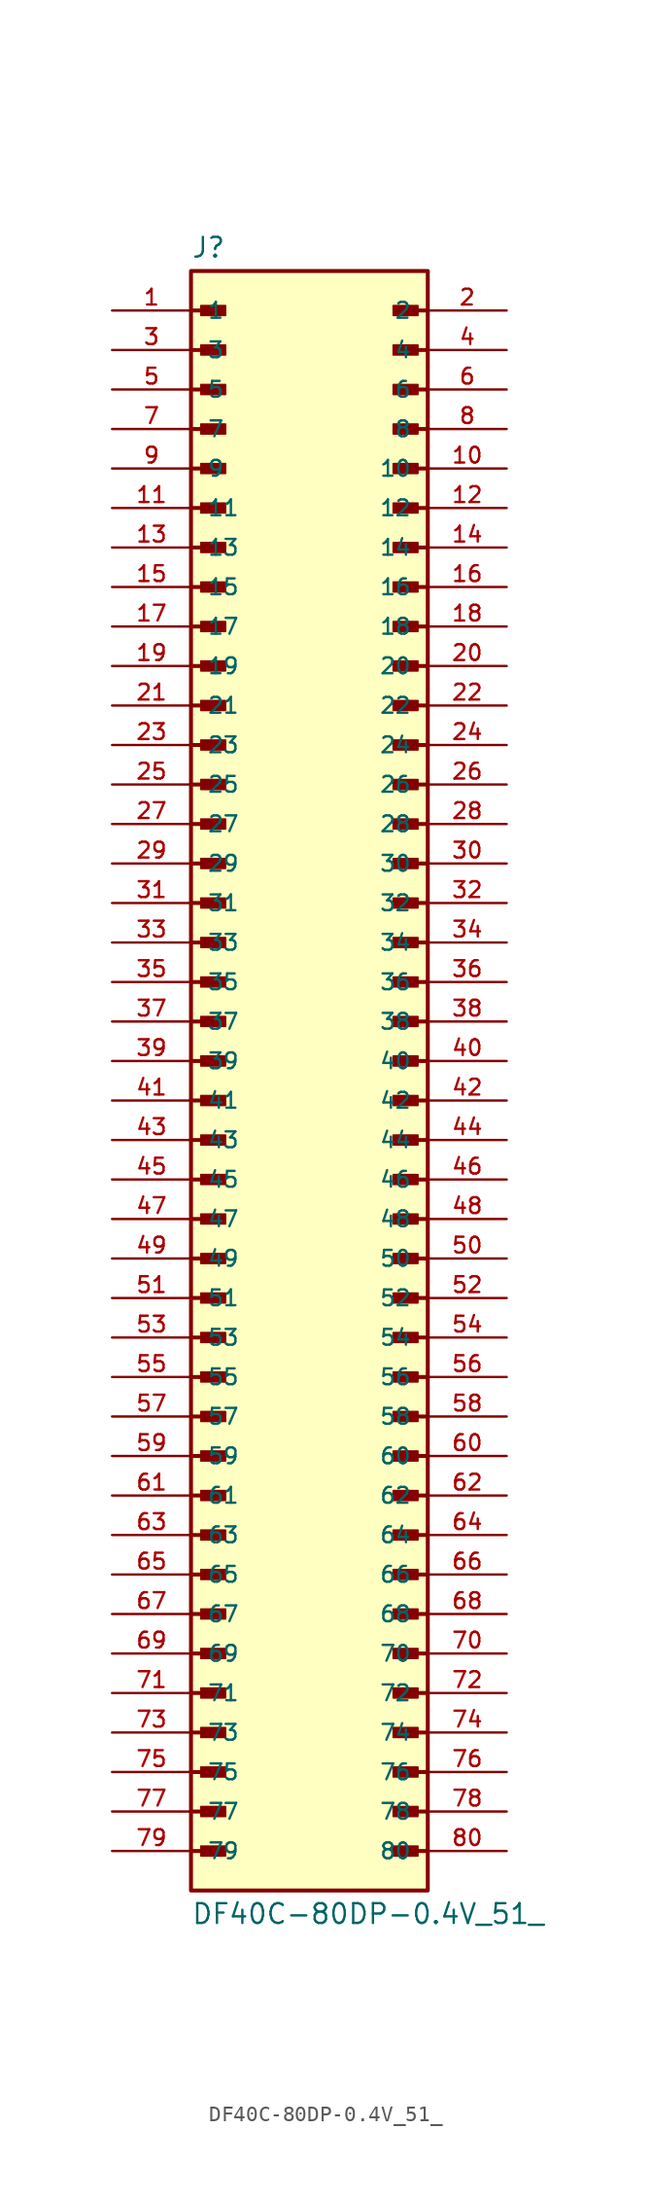
<source format=kicad_sym>
(kicad_symbol_lib
  (version 20211014)
  (generator kicad_symbol_editor)
  (symbol "DF40C-80DP-0.4V_51_"
    (pin_names
      (offset 1.016))
    (property "Reference" "J"
      (at -7.62 51.562 0)
      (effects (font (size 1.27 1.27)) (justify bottom left)))
    (property "Value" "DF40C-80DP-0.4V_51_"
      (at -7.62 -54.102 0)
      (effects (font (size 1.27 1.27)) (justify top left)))
    (symbol "DF40C-80DP-0.4V_51__0_0"
      (polyline (pts (xy -7.62 48.26) (xy -5.715 48.26)) (stroke (width 0.254)))
      (rectangle (start -6.985 47.943) (end -5.397 48.578) (stroke (width 0.1)) (fill (type outline)))
      (polyline (pts (xy -7.62 45.72) (xy -5.715 45.72)) (stroke (width 0.254)))
      (rectangle (start -6.985 45.403) (end -5.397 46.038) (stroke (width 0.1)) (fill (type outline)))
      (polyline (pts (xy -7.62 43.18) (xy -5.715 43.18)) (stroke (width 0.254)))
      (rectangle (start -6.985 42.862) (end -5.397 43.498) (stroke (width 0.1)) (fill (type outline)))
      (polyline (pts (xy -7.62 40.64) (xy -5.715 40.64)) (stroke (width 0.254)))
      (rectangle (start -6.985 40.322) (end -5.397 40.958) (stroke (width 0.1)) (fill (type outline)))
      (polyline (pts (xy -7.62 38.1) (xy -5.715 38.1)) (stroke (width 0.254)))
      (rectangle (start -6.985 37.782) (end -5.397 38.417) (stroke (width 0.1)) (fill (type outline)))
      (polyline (pts (xy -7.62 35.56) (xy -5.715 35.56)) (stroke (width 0.254)))
      (rectangle (start -6.985 35.242) (end -5.397 35.877) (stroke (width 0.1)) (fill (type outline)))
      (polyline (pts (xy -7.62 33.02) (xy -5.715 33.02)) (stroke (width 0.254)))
      (rectangle (start -6.985 32.703) (end -5.397 33.337) (stroke (width 0.1)) (fill (type outline)))
      (polyline (pts (xy -7.62 30.48) (xy -5.715 30.48)) (stroke (width 0.254)))
      (rectangle (start -6.985 30.163) (end -5.397 30.797) (stroke (width 0.1)) (fill (type outline)))
      (polyline (pts (xy -7.62 27.94) (xy -5.715 27.94)) (stroke (width 0.254)))
      (rectangle (start -6.985 27.622) (end -5.397 28.258) (stroke (width 0.1)) (fill (type outline)))
      (polyline (pts (xy -7.62 25.4) (xy -5.715 25.4)) (stroke (width 0.254)))
      (rectangle (start -6.985 25.082) (end -5.397 25.718) (stroke (width 0.1)) (fill (type outline)))
      (polyline (pts (xy 7.62 25.4) (xy 5.715 25.4)) (stroke (width 0.254)))
      (rectangle (start 5.397 25.082) (end 6.985 25.718) (stroke (width 0.1)) (fill (type outline)))
      (polyline (pts (xy 7.62 27.94) (xy 5.715 27.94)) (stroke (width 0.254)))
      (rectangle (start 5.397 27.622) (end 6.985 28.258) (stroke (width 0.1)) (fill (type outline)))
      (polyline (pts (xy 7.62 30.48) (xy 5.715 30.48)) (stroke (width 0.254)))
      (rectangle (start 5.397 30.163) (end 6.985 30.797) (stroke (width 0.1)) (fill (type outline)))
      (polyline (pts (xy 7.62 33.02) (xy 5.715 33.02)) (stroke (width 0.254)))
      (rectangle (start 5.397 32.703) (end 6.985 33.337) (stroke (width 0.1)) (fill (type outline)))
      (polyline (pts (xy 7.62 35.56) (xy 5.715 35.56)) (stroke (width 0.254)))
      (rectangle (start 5.397 35.242) (end 6.985 35.877) (stroke (width 0.1)) (fill (type outline)))
      (polyline (pts (xy 7.62 38.1) (xy 5.715 38.1)) (stroke (width 0.254)))
      (rectangle (start 5.397 37.782) (end 6.985 38.417) (stroke (width 0.1)) (fill (type outline)))
      (polyline (pts (xy 7.62 40.64) (xy 5.715 40.64)) (stroke (width 0.254)))
      (rectangle (start 5.397 40.322) (end 6.985 40.958) (stroke (width 0.1)) (fill (type outline)))
      (polyline (pts (xy 7.62 43.18) (xy 5.715 43.18)) (stroke (width 0.254)))
      (rectangle (start 5.397 42.862) (end 6.985 43.498) (stroke (width 0.1)) (fill (type outline)))
      (polyline (pts (xy 7.62 45.72) (xy 5.715 45.72)) (stroke (width 0.254)))
      (rectangle (start 5.397 45.403) (end 6.985 46.038) (stroke (width 0.1)) (fill (type outline)))
      (polyline (pts (xy 7.62 48.26) (xy 5.715 48.26)) (stroke (width 0.254)))
      (rectangle (start 5.397 47.943) (end 6.985 48.578) (stroke (width 0.1)) (fill (type outline)))
      (polyline (pts (xy -7.62 22.86) (xy -5.715 22.86)) (stroke (width 0.254)))
      (rectangle (start -6.985 22.543) (end -5.397 23.177) (stroke (width 0.1)) (fill (type outline)))
      (polyline (pts (xy -7.62 20.32) (xy -5.715 20.32)) (stroke (width 0.254)))
      (rectangle (start -6.985 20.003) (end -5.397 20.637) (stroke (width 0.1)) (fill (type outline)))
      (polyline (pts (xy -7.62 17.78) (xy -5.715 17.78)) (stroke (width 0.254)))
      (rectangle (start -6.985 17.462) (end -5.397 18.098) (stroke (width 0.1)) (fill (type outline)))
      (polyline (pts (xy -7.62 15.24) (xy -5.715 15.24)) (stroke (width 0.254)))
      (rectangle (start -6.985 14.922) (end -5.397 15.557) (stroke (width 0.1)) (fill (type outline)))
      (polyline (pts (xy -7.62 12.7) (xy -5.715 12.7)) (stroke (width 0.254)))
      (rectangle (start -6.985 12.383) (end -5.397 13.018) (stroke (width 0.1)) (fill (type outline)))
      (polyline (pts (xy -7.62 10.16) (xy -5.715 10.16)) (stroke (width 0.254)))
      (rectangle (start -6.985 9.842) (end -5.397 10.477) (stroke (width 0.1)) (fill (type outline)))
      (polyline (pts (xy -7.62 7.62) (xy -5.715 7.62)) (stroke (width 0.254)))
      (rectangle (start -6.985 7.303) (end -5.397 7.938) (stroke (width 0.1)) (fill (type outline)))
      (polyline (pts (xy -7.62 5.08) (xy -5.715 5.08)) (stroke (width 0.254)))
      (rectangle (start -6.985 4.763) (end -5.397 5.397) (stroke (width 0.1)) (fill (type outline)))
      (polyline (pts (xy -7.62 2.54) (xy -5.715 2.54)) (stroke (width 0.254)))
      (rectangle (start -6.985 2.223) (end -5.397 2.857) (stroke (width 0.1)) (fill (type outline)))
      (polyline (pts (xy -7.62 0.0) (xy -5.715 0.0)) (stroke (width 0.254)))
      (rectangle (start -6.985 -0.318) (end -5.397 0.318) (stroke (width 0.1)) (fill (type outline)))
      (polyline (pts (xy 7.62 0.0) (xy 5.715 0.0)) (stroke (width 0.254)))
      (rectangle (start 5.397 -0.318) (end 6.985 0.318) (stroke (width 0.1)) (fill (type outline)))
      (polyline (pts (xy 7.62 2.54) (xy 5.715 2.54)) (stroke (width 0.254)))
      (rectangle (start 5.397 2.223) (end 6.985 2.857) (stroke (width 0.1)) (fill (type outline)))
      (polyline (pts (xy 7.62 5.08) (xy 5.715 5.08)) (stroke (width 0.254)))
      (rectangle (start 5.397 4.763) (end 6.985 5.397) (stroke (width 0.1)) (fill (type outline)))
      (polyline (pts (xy 7.62 7.62) (xy 5.715 7.62)) (stroke (width 0.254)))
      (rectangle (start 5.397 7.303) (end 6.985 7.938) (stroke (width 0.1)) (fill (type outline)))
      (polyline (pts (xy 7.62 10.16) (xy 5.715 10.16)) (stroke (width 0.254)))
      (rectangle (start 5.397 9.842) (end 6.985 10.477) (stroke (width 0.1)) (fill (type outline)))
      (polyline (pts (xy 7.62 12.7) (xy 5.715 12.7)) (stroke (width 0.254)))
      (rectangle (start 5.397 12.383) (end 6.985 13.018) (stroke (width 0.1)) (fill (type outline)))
      (polyline (pts (xy 7.62 15.24) (xy 5.715 15.24)) (stroke (width 0.254)))
      (rectangle (start 5.397 14.922) (end 6.985 15.557) (stroke (width 0.1)) (fill (type outline)))
      (polyline (pts (xy 7.62 17.78) (xy 5.715 17.78)) (stroke (width 0.254)))
      (rectangle (start 5.397 17.462) (end 6.985 18.098) (stroke (width 0.1)) (fill (type outline)))
      (polyline (pts (xy 7.62 20.32) (xy 5.715 20.32)) (stroke (width 0.254)))
      (rectangle (start 5.397 20.003) (end 6.985 20.637) (stroke (width 0.1)) (fill (type outline)))
      (polyline (pts (xy 7.62 22.86) (xy 5.715 22.86)) (stroke (width 0.254)))
      (rectangle (start 5.397 22.543) (end 6.985 23.177) (stroke (width 0.1)) (fill (type outline)))
      (polyline (pts (xy -7.62 -2.54) (xy -5.715 -2.54)) (stroke (width 0.254)))
      (rectangle (start -6.985 -2.857) (end -5.397 -2.223) (stroke (width 0.1)) (fill (type outline)))
      (polyline (pts (xy -7.62 -5.08) (xy -5.715 -5.08)) (stroke (width 0.254)))
      (rectangle (start -6.985 -5.397) (end -5.397 -4.763) (stroke (width 0.1)) (fill (type outline)))
      (polyline (pts (xy -7.62 -7.62) (xy -5.715 -7.62)) (stroke (width 0.254)))
      (rectangle (start -6.985 -7.938) (end -5.397 -7.303) (stroke (width 0.1)) (fill (type outline)))
      (polyline (pts (xy -7.62 -10.16) (xy -5.715 -10.16)) (stroke (width 0.254)))
      (rectangle (start -6.985 -10.477) (end -5.397 -9.842) (stroke (width 0.1)) (fill (type outline)))
      (polyline (pts (xy -7.62 -12.7) (xy -5.715 -12.7)) (stroke (width 0.254)))
      (rectangle (start -6.985 -13.018) (end -5.397 -12.383) (stroke (width 0.1)) (fill (type outline)))
      (polyline (pts (xy -7.62 -15.24) (xy -5.715 -15.24)) (stroke (width 0.254)))
      (rectangle (start -6.985 -15.557) (end -5.397 -14.922) (stroke (width 0.1)) (fill (type outline)))
      (polyline (pts (xy -7.62 -17.78) (xy -5.715 -17.78)) (stroke (width 0.254)))
      (rectangle (start -6.985 -18.098) (end -5.397 -17.462) (stroke (width 0.1)) (fill (type outline)))
      (polyline (pts (xy -7.62 -20.32) (xy -5.715 -20.32)) (stroke (width 0.254)))
      (rectangle (start -6.985 -20.637) (end -5.397 -20.003) (stroke (width 0.1)) (fill (type outline)))
      (polyline (pts (xy -7.62 -22.86) (xy -5.715 -22.86)) (stroke (width 0.254)))
      (rectangle (start -6.985 -23.177) (end -5.397 -22.543) (stroke (width 0.1)) (fill (type outline)))
      (polyline (pts (xy -7.62 -25.4) (xy -5.715 -25.4)) (stroke (width 0.254)))
      (rectangle (start -6.985 -25.718) (end -5.397 -25.082) (stroke (width 0.1)) (fill (type outline)))
      (polyline (pts (xy 7.62 -25.4) (xy 5.715 -25.4)) (stroke (width 0.254)))
      (rectangle (start 5.397 -25.718) (end 6.985 -25.082) (stroke (width 0.1)) (fill (type outline)))
      (polyline (pts (xy 7.62 -22.86) (xy 5.715 -22.86)) (stroke (width 0.254)))
      (rectangle (start 5.397 -23.177) (end 6.985 -22.543) (stroke (width 0.1)) (fill (type outline)))
      (polyline (pts (xy 7.62 -20.32) (xy 5.715 -20.32)) (stroke (width 0.254)))
      (rectangle (start 5.397 -20.637) (end 6.985 -20.003) (stroke (width 0.1)) (fill (type outline)))
      (polyline (pts (xy 7.62 -17.78) (xy 5.715 -17.78)) (stroke (width 0.254)))
      (rectangle (start 5.397 -18.098) (end 6.985 -17.462) (stroke (width 0.1)) (fill (type outline)))
      (polyline (pts (xy 7.62 -15.24) (xy 5.715 -15.24)) (stroke (width 0.254)))
      (rectangle (start 5.397 -15.557) (end 6.985 -14.922) (stroke (width 0.1)) (fill (type outline)))
      (polyline (pts (xy 7.62 -12.7) (xy 5.715 -12.7)) (stroke (width 0.254)))
      (rectangle (start 5.397 -13.018) (end 6.985 -12.383) (stroke (width 0.1)) (fill (type outline)))
      (polyline (pts (xy 7.62 -10.16) (xy 5.715 -10.16)) (stroke (width 0.254)))
      (rectangle (start 5.397 -10.477) (end 6.985 -9.842) (stroke (width 0.1)) (fill (type outline)))
      (polyline (pts (xy 7.62 -7.62) (xy 5.715 -7.62)) (stroke (width 0.254)))
      (rectangle (start 5.397 -7.938) (end 6.985 -7.303) (stroke (width 0.1)) (fill (type outline)))
      (polyline (pts (xy 7.62 -5.08) (xy 5.715 -5.08)) (stroke (width 0.254)))
      (rectangle (start 5.397 -5.397) (end 6.985 -4.763) (stroke (width 0.1)) (fill (type outline)))
      (polyline (pts (xy 7.62 -2.54) (xy 5.715 -2.54)) (stroke (width 0.254)))
      (rectangle (start 5.397 -2.857) (end 6.985 -2.223) (stroke (width 0.1)) (fill (type outline)))
      (polyline (pts (xy -7.62 -27.94) (xy -5.715 -27.94)) (stroke (width 0.254)))
      (rectangle (start -6.985 -28.258) (end -5.397 -27.622) (stroke (width 0.1)) (fill (type outline)))
      (polyline (pts (xy -7.62 -30.48) (xy -5.715 -30.48)) (stroke (width 0.254)))
      (rectangle (start -6.985 -30.797) (end -5.397 -30.163) (stroke (width 0.1)) (fill (type outline)))
      (polyline (pts (xy -7.62 -33.02) (xy -5.715 -33.02)) (stroke (width 0.254)))
      (rectangle (start -6.985 -33.337) (end -5.397 -32.703) (stroke (width 0.1)) (fill (type outline)))
      (polyline (pts (xy -7.62 -35.56) (xy -5.715 -35.56)) (stroke (width 0.254)))
      (rectangle (start -6.985 -35.877) (end -5.397 -35.242) (stroke (width 0.1)) (fill (type outline)))
      (polyline (pts (xy -7.62 -38.1) (xy -5.715 -38.1)) (stroke (width 0.254)))
      (rectangle (start -6.985 -38.417) (end -5.397 -37.782) (stroke (width 0.1)) (fill (type outline)))
      (polyline (pts (xy -7.62 -40.64) (xy -5.715 -40.64)) (stroke (width 0.254)))
      (rectangle (start -6.985 -40.958) (end -5.397 -40.322) (stroke (width 0.1)) (fill (type outline)))
      (polyline (pts (xy -7.62 -43.18) (xy -5.715 -43.18)) (stroke (width 0.254)))
      (rectangle (start -6.985 -43.498) (end -5.397 -42.862) (stroke (width 0.1)) (fill (type outline)))
      (polyline (pts (xy -7.62 -45.72) (xy -5.715 -45.72)) (stroke (width 0.254)))
      (rectangle (start -6.985 -46.038) (end -5.397 -45.403) (stroke (width 0.1)) (fill (type outline)))
      (polyline (pts (xy -7.62 -48.26) (xy -5.715 -48.26)) (stroke (width 0.254)))
      (rectangle (start -6.985 -48.578) (end -5.397 -47.943) (stroke (width 0.1)) (fill (type outline)))
      (polyline (pts (xy -7.62 -50.8) (xy -5.715 -50.8)) (stroke (width 0.254)))
      (rectangle (start -6.985 -51.117) (end -5.397 -50.483) (stroke (width 0.1)) (fill (type outline)))
      (polyline (pts (xy 7.62 -50.8) (xy 5.715 -50.8)) (stroke (width 0.254)))
      (rectangle (start 5.397 -51.117) (end 6.985 -50.483) (stroke (width 0.1)) (fill (type outline)))
      (polyline (pts (xy 7.62 -48.26) (xy 5.715 -48.26)) (stroke (width 0.254)))
      (rectangle (start 5.397 -48.578) (end 6.985 -47.943) (stroke (width 0.1)) (fill (type outline)))
      (polyline (pts (xy 7.62 -45.72) (xy 5.715 -45.72)) (stroke (width 0.254)))
      (rectangle (start 5.397 -46.038) (end 6.985 -45.403) (stroke (width 0.1)) (fill (type outline)))
      (polyline (pts (xy 7.62 -43.18) (xy 5.715 -43.18)) (stroke (width 0.254)))
      (rectangle (start 5.397 -43.498) (end 6.985 -42.862) (stroke (width 0.1)) (fill (type outline)))
      (polyline (pts (xy 7.62 -40.64) (xy 5.715 -40.64)) (stroke (width 0.254)))
      (rectangle (start 5.397 -40.958) (end 6.985 -40.322) (stroke (width 0.1)) (fill (type outline)))
      (polyline (pts (xy 7.62 -38.1) (xy 5.715 -38.1)) (stroke (width 0.254)))
      (rectangle (start 5.397 -38.417) (end 6.985 -37.782) (stroke (width 0.1)) (fill (type outline)))
      (polyline (pts (xy 7.62 -35.56) (xy 5.715 -35.56)) (stroke (width 0.254)))
      (rectangle (start 5.397 -35.877) (end 6.985 -35.242) (stroke (width 0.1)) (fill (type outline)))
      (polyline (pts (xy 7.62 -33.02) (xy 5.715 -33.02)) (stroke (width 0.254)))
      (rectangle (start 5.397 -33.337) (end 6.985 -32.703) (stroke (width 0.1)) (fill (type outline)))
      (polyline (pts (xy 7.62 -30.48) (xy 5.715 -30.48)) (stroke (width 0.254)))
      (rectangle (start 5.397 -30.797) (end 6.985 -30.163) (stroke (width 0.1)) (fill (type outline)))
      (polyline (pts (xy 7.62 -27.94) (xy 5.715 -27.94)) (stroke (width 0.254)))
      (rectangle (start 5.397 -28.258) (end 6.985 -27.622) (stroke (width 0.1)) (fill (type outline)))
      (rectangle (start -7.62 -53.34) (end 7.62 50.8) (stroke (width 0.254)) (fill (type background)))
      (pin passive line (at -12.7 48.26 0) (length 5.08) (name "1" (effects (font (size 1.016 1.016)))) (number "1" (effects (font (size 1.016 1.016)))))
      (pin passive line (at 12.7 48.26 180.0) (length 5.08) (name "2" (effects (font (size 1.016 1.016)))) (number "2" (effects (font (size 1.016 1.016)))))
      (pin passive line (at -12.7 45.72 0) (length 5.08) (name "3" (effects (font (size 1.016 1.016)))) (number "3" (effects (font (size 1.016 1.016)))))
      (pin passive line (at 12.7 45.72 180.0) (length 5.08) (name "4" (effects (font (size 1.016 1.016)))) (number "4" (effects (font (size 1.016 1.016)))))
      (pin passive line (at -12.7 43.18 0) (length 5.08) (name "5" (effects (font (size 1.016 1.016)))) (number "5" (effects (font (size 1.016 1.016)))))
      (pin passive line (at 12.7 43.18 180.0) (length 5.08) (name "6" (effects (font (size 1.016 1.016)))) (number "6" (effects (font (size 1.016 1.016)))))
      (pin passive line (at -12.7 40.64 0) (length 5.08) (name "7" (effects (font (size 1.016 1.016)))) (number "7" (effects (font (size 1.016 1.016)))))
      (pin passive line (at 12.7 40.64 180.0) (length 5.08) (name "8" (effects (font (size 1.016 1.016)))) (number "8" (effects (font (size 1.016 1.016)))))
      (pin passive line (at -12.7 38.1 0) (length 5.08) (name "9" (effects (font (size 1.016 1.016)))) (number "9" (effects (font (size 1.016 1.016)))))
      (pin passive line (at 12.7 38.1 180.0) (length 5.08) (name "10" (effects (font (size 1.016 1.016)))) (number "10" (effects (font (size 1.016 1.016)))))
      (pin passive line (at -12.7 35.56 0) (length 5.08) (name "11" (effects (font (size 1.016 1.016)))) (number "11" (effects (font (size 1.016 1.016)))))
      (pin passive line (at 12.7 35.56 180.0) (length 5.08) (name "12" (effects (font (size 1.016 1.016)))) (number "12" (effects (font (size 1.016 1.016)))))
      (pin passive line (at -12.7 33.02 0) (length 5.08) (name "13" (effects (font (size 1.016 1.016)))) (number "13" (effects (font (size 1.016 1.016)))))
      (pin passive line (at 12.7 33.02 180.0) (length 5.08) (name "14" (effects (font (size 1.016 1.016)))) (number "14" (effects (font (size 1.016 1.016)))))
      (pin passive line (at -12.7 30.48 0) (length 5.08) (name "15" (effects (font (size 1.016 1.016)))) (number "15" (effects (font (size 1.016 1.016)))))
      (pin passive line (at 12.7 30.48 180.0) (length 5.08) (name "16" (effects (font (size 1.016 1.016)))) (number "16" (effects (font (size 1.016 1.016)))))
      (pin passive line (at -12.7 27.94 0) (length 5.08) (name "17" (effects (font (size 1.016 1.016)))) (number "17" (effects (font (size 1.016 1.016)))))
      (pin passive line (at 12.7 27.94 180.0) (length 5.08) (name "18" (effects (font (size 1.016 1.016)))) (number "18" (effects (font (size 1.016 1.016)))))
      (pin passive line (at -12.7 25.4 0) (length 5.08) (name "19" (effects (font (size 1.016 1.016)))) (number "19" (effects (font (size 1.016 1.016)))))
      (pin passive line (at 12.7 25.4 180.0) (length 5.08) (name "20" (effects (font (size 1.016 1.016)))) (number "20" (effects (font (size 1.016 1.016)))))
      (pin passive line (at -12.7 22.86 0) (length 5.08) (name "21" (effects (font (size 1.016 1.016)))) (number "21" (effects (font (size 1.016 1.016)))))
      (pin passive line (at 12.7 22.86 180.0) (length 5.08) (name "22" (effects (font (size 1.016 1.016)))) (number "22" (effects (font (size 1.016 1.016)))))
      (pin passive line (at -12.7 20.32 0) (length 5.08) (name "23" (effects (font (size 1.016 1.016)))) (number "23" (effects (font (size 1.016 1.016)))))
      (pin passive line (at 12.7 20.32 180.0) (length 5.08) (name "24" (effects (font (size 1.016 1.016)))) (number "24" (effects (font (size 1.016 1.016)))))
      (pin passive line (at -12.7 17.78 0) (length 5.08) (name "25" (effects (font (size 1.016 1.016)))) (number "25" (effects (font (size 1.016 1.016)))))
      (pin passive line (at 12.7 17.78 180.0) (length 5.08) (name "26" (effects (font (size 1.016 1.016)))) (number "26" (effects (font (size 1.016 1.016)))))
      (pin passive line (at -12.7 15.24 0) (length 5.08) (name "27" (effects (font (size 1.016 1.016)))) (number "27" (effects (font (size 1.016 1.016)))))
      (pin passive line (at 12.7 15.24 180.0) (length 5.08) (name "28" (effects (font (size 1.016 1.016)))) (number "28" (effects (font (size 1.016 1.016)))))
      (pin passive line (at -12.7 12.7 0) (length 5.08) (name "29" (effects (font (size 1.016 1.016)))) (number "29" (effects (font (size 1.016 1.016)))))
      (pin passive line (at 12.7 12.7 180.0) (length 5.08) (name "30" (effects (font (size 1.016 1.016)))) (number "30" (effects (font (size 1.016 1.016)))))
      (pin passive line (at -12.7 10.16 0) (length 5.08) (name "31" (effects (font (size 1.016 1.016)))) (number "31" (effects (font (size 1.016 1.016)))))
      (pin passive line (at 12.7 10.16 180.0) (length 5.08) (name "32" (effects (font (size 1.016 1.016)))) (number "32" (effects (font (size 1.016 1.016)))))
      (pin passive line (at -12.7 7.62 0) (length 5.08) (name "33" (effects (font (size 1.016 1.016)))) (number "33" (effects (font (size 1.016 1.016)))))
      (pin passive line (at 12.7 7.62 180.0) (length 5.08) (name "34" (effects (font (size 1.016 1.016)))) (number "34" (effects (font (size 1.016 1.016)))))
      (pin passive line (at -12.7 5.08 0) (length 5.08) (name "35" (effects (font (size 1.016 1.016)))) (number "35" (effects (font (size 1.016 1.016)))))
      (pin passive line (at 12.7 5.08 180.0) (length 5.08) (name "36" (effects (font (size 1.016 1.016)))) (number "36" (effects (font (size 1.016 1.016)))))
      (pin passive line (at -12.7 2.54 0) (length 5.08) (name "37" (effects (font (size 1.016 1.016)))) (number "37" (effects (font (size 1.016 1.016)))))
      (pin passive line (at 12.7 2.54 180.0) (length 5.08) (name "38" (effects (font (size 1.016 1.016)))) (number "38" (effects (font (size 1.016 1.016)))))
      (pin passive line (at -12.7 0.0 0) (length 5.08) (name "39" (effects (font (size 1.016 1.016)))) (number "39" (effects (font (size 1.016 1.016)))))
      (pin passive line (at 12.7 0.0 180.0) (length 5.08) (name "40" (effects (font (size 1.016 1.016)))) (number "40" (effects (font (size 1.016 1.016)))))
      (pin passive line (at -12.7 -2.54 0) (length 5.08) (name "41" (effects (font (size 1.016 1.016)))) (number "41" (effects (font (size 1.016 1.016)))))
      (pin passive line (at 12.7 -2.54 180.0) (length 5.08) (name "42" (effects (font (size 1.016 1.016)))) (number "42" (effects (font (size 1.016 1.016)))))
      (pin passive line (at -12.7 -5.08 0) (length 5.08) (name "43" (effects (font (size 1.016 1.016)))) (number "43" (effects (font (size 1.016 1.016)))))
      (pin passive line (at 12.7 -5.08 180.0) (length 5.08) (name "44" (effects (font (size 1.016 1.016)))) (number "44" (effects (font (size 1.016 1.016)))))
      (pin passive line (at -12.7 -7.62 0) (length 5.08) (name "45" (effects (font (size 1.016 1.016)))) (number "45" (effects (font (size 1.016 1.016)))))
      (pin passive line (at 12.7 -7.62 180.0) (length 5.08) (name "46" (effects (font (size 1.016 1.016)))) (number "46" (effects (font (size 1.016 1.016)))))
      (pin passive line (at -12.7 -10.16 0) (length 5.08) (name "47" (effects (font (size 1.016 1.016)))) (number "47" (effects (font (size 1.016 1.016)))))
      (pin passive line (at 12.7 -10.16 180.0) (length 5.08) (name "48" (effects (font (size 1.016 1.016)))) (number "48" (effects (font (size 1.016 1.016)))))
      (pin passive line (at -12.7 -12.7 0) (length 5.08) (name "49" (effects (font (size 1.016 1.016)))) (number "49" (effects (font (size 1.016 1.016)))))
      (pin passive line (at 12.7 -12.7 180.0) (length 5.08) (name "50" (effects (font (size 1.016 1.016)))) (number "50" (effects (font (size 1.016 1.016)))))
      (pin passive line (at -12.7 -15.24 0) (length 5.08) (name "51" (effects (font (size 1.016 1.016)))) (number "51" (effects (font (size 1.016 1.016)))))
      (pin passive line (at 12.7 -15.24 180.0) (length 5.08) (name "52" (effects (font (size 1.016 1.016)))) (number "52" (effects (font (size 1.016 1.016)))))
      (pin passive line (at -12.7 -17.78 0) (length 5.08) (name "53" (effects (font (size 1.016 1.016)))) (number "53" (effects (font (size 1.016 1.016)))))
      (pin passive line (at 12.7 -17.78 180.0) (length 5.08) (name "54" (effects (font (size 1.016 1.016)))) (number "54" (effects (font (size 1.016 1.016)))))
      (pin passive line (at -12.7 -20.32 0) (length 5.08) (name "55" (effects (font (size 1.016 1.016)))) (number "55" (effects (font (size 1.016 1.016)))))
      (pin passive line (at 12.7 -20.32 180.0) (length 5.08) (name "56" (effects (font (size 1.016 1.016)))) (number "56" (effects (font (size 1.016 1.016)))))
      (pin passive line (at -12.7 -22.86 0) (length 5.08) (name "57" (effects (font (size 1.016 1.016)))) (number "57" (effects (font (size 1.016 1.016)))))
      (pin passive line (at 12.7 -22.86 180.0) (length 5.08) (name "58" (effects (font (size 1.016 1.016)))) (number "58" (effects (font (size 1.016 1.016)))))
      (pin passive line (at -12.7 -25.4 0) (length 5.08) (name "59" (effects (font (size 1.016 1.016)))) (number "59" (effects (font (size 1.016 1.016)))))
      (pin passive line (at 12.7 -25.4 180.0) (length 5.08) (name "60" (effects (font (size 1.016 1.016)))) (number "60" (effects (font (size 1.016 1.016)))))
      (pin passive line (at -12.7 -27.94 0) (length 5.08) (name "61" (effects (font (size 1.016 1.016)))) (number "61" (effects (font (size 1.016 1.016)))))
      (pin passive line (at 12.7 -27.94 180.0) (length 5.08) (name "62" (effects (font (size 1.016 1.016)))) (number "62" (effects (font (size 1.016 1.016)))))
      (pin passive line (at -12.7 -30.48 0) (length 5.08) (name "63" (effects (font (size 1.016 1.016)))) (number "63" (effects (font (size 1.016 1.016)))))
      (pin passive line (at 12.7 -30.48 180.0) (length 5.08) (name "64" (effects (font (size 1.016 1.016)))) (number "64" (effects (font (size 1.016 1.016)))))
      (pin passive line (at -12.7 -33.02 0) (length 5.08) (name "65" (effects (font (size 1.016 1.016)))) (number "65" (effects (font (size 1.016 1.016)))))
      (pin passive line (at 12.7 -33.02 180.0) (length 5.08) (name "66" (effects (font (size 1.016 1.016)))) (number "66" (effects (font (size 1.016 1.016)))))
      (pin passive line (at -12.7 -35.56 0) (length 5.08) (name "67" (effects (font (size 1.016 1.016)))) (number "67" (effects (font (size 1.016 1.016)))))
      (pin passive line (at 12.7 -35.56 180.0) (length 5.08) (name "68" (effects (font (size 1.016 1.016)))) (number "68" (effects (font (size 1.016 1.016)))))
      (pin passive line (at -12.7 -38.1 0) (length 5.08) (name "69" (effects (font (size 1.016 1.016)))) (number "69" (effects (font (size 1.016 1.016)))))
      (pin passive line (at 12.7 -38.1 180.0) (length 5.08) (name "70" (effects (font (size 1.016 1.016)))) (number "70" (effects (font (size 1.016 1.016)))))
      (pin passive line (at -12.7 -40.64 0) (length 5.08) (name "71" (effects (font (size 1.016 1.016)))) (number "71" (effects (font (size 1.016 1.016)))))
      (pin passive line (at 12.7 -40.64 180.0) (length 5.08) (name "72" (effects (font (size 1.016 1.016)))) (number "72" (effects (font (size 1.016 1.016)))))
      (pin passive line (at -12.7 -43.18 0) (length 5.08) (name "73" (effects (font (size 1.016 1.016)))) (number "73" (effects (font (size 1.016 1.016)))))
      (pin passive line (at 12.7 -43.18 180.0) (length 5.08) (name "74" (effects (font (size 1.016 1.016)))) (number "74" (effects (font (size 1.016 1.016)))))
      (pin passive line (at -12.7 -45.72 0) (length 5.08) (name "75" (effects (font (size 1.016 1.016)))) (number "75" (effects (font (size 1.016 1.016)))))
      (pin passive line (at 12.7 -45.72 180.0) (length 5.08) (name "76" (effects (font (size 1.016 1.016)))) (number "76" (effects (font (size 1.016 1.016)))))
      (pin passive line (at -12.7 -48.26 0) (length 5.08) (name "77" (effects (font (size 1.016 1.016)))) (number "77" (effects (font (size 1.016 1.016)))))
      (pin passive line (at 12.7 -48.26 180.0) (length 5.08) (name "78" (effects (font (size 1.016 1.016)))) (number "78" (effects (font (size 1.016 1.016)))))
      (pin passive line (at -12.7 -50.8 0) (length 5.08) (name "79" (effects (font (size 1.016 1.016)))) (number "79" (effects (font (size 1.016 1.016)))))
      (pin passive line (at 12.7 -50.8 180.0) (length 5.08) (name "80" (effects (font (size 1.016 1.016)))) (number "80" (effects (font (size 1.016 1.016))))))))
</source>
